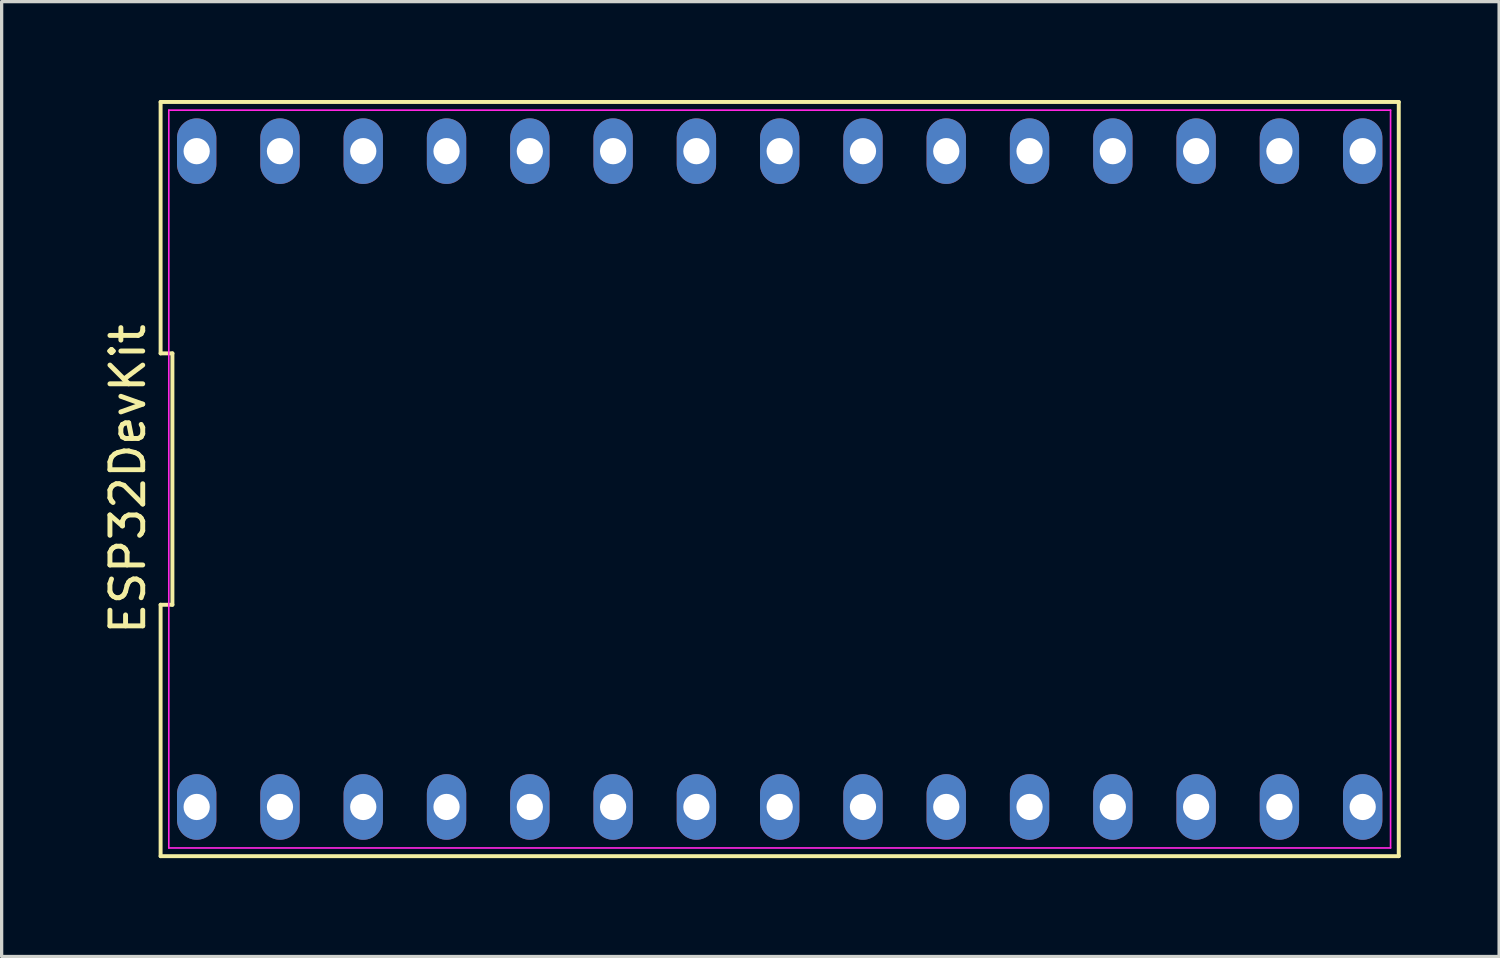
<source format=kicad_pcb>
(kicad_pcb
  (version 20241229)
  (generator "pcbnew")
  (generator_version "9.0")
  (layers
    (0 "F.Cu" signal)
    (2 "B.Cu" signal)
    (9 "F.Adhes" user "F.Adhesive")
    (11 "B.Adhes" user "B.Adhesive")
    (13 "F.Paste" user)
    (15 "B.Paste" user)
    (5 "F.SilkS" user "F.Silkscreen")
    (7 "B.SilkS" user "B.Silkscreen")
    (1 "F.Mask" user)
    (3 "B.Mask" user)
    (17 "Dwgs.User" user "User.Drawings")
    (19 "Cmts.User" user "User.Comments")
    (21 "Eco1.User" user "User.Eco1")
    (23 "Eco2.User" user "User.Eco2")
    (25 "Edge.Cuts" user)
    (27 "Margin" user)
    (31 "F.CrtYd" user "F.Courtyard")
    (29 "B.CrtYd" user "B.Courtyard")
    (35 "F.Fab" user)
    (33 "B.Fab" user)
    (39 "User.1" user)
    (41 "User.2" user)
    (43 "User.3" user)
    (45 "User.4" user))
  (footprint "ESP32DevKit"
    (layer "F.Cu")
    (at 20.728 11.56)
    (property "Reference" "ESP32DevKit" (at -19.88 0 90) (layer "F.SilkS") (effects (font (size 1 1) (thickness 0.15))))
    (attr through_hole)
    (fp_line (start -18.88 -11.5) (end -18.88 -3.833) (stroke (width 0.12) (type solid)) (layer "F.SilkS"))
    (fp_line (start -18.88 -3.833) (end -18.52 -3.833) (stroke (width 0.12) (type solid)) (layer "F.SilkS"))
    (fp_line (start -18.88 3.833) (end -18.88 11.5) (stroke (width 0.12) (type solid)) (layer "F.SilkS"))
    (fp_line (start -18.88 11.5) (end 18.88 11.5) (stroke (width 0.12) (type solid)) (layer "F.SilkS"))
    (fp_line (start -18.52 -3.833) (end -18.52 3.833) (stroke (width 0.12) (type solid)) (layer "F.SilkS"))
    (fp_line (start -18.52 3.833) (end -18.88 3.833) (stroke (width 0.12) (type solid)) (layer "F.SilkS"))
    (fp_line (start 18.88 -11.5) (end -18.88 -11.5) (stroke (width 0.12) (type solid)) (layer "F.SilkS"))
    (fp_line (start 18.88 11.5) (end 18.88 -11.5) (stroke (width 0.12) (type solid)) (layer "F.SilkS"))
    (fp_line (start -18.63 -11.25) (end 18.63 -11.25) (stroke (width 0.05) (type solid)) (layer "F.CrtYd"))
    (fp_line (start -18.63 11.25) (end -18.63 -11.25) (stroke (width 0.05) (type solid)) (layer "F.CrtYd"))
    (fp_line (start 18.63 -11.25) (end 18.63 11.25) (stroke (width 0.05) (type solid)) (layer "F.CrtYd"))
    (fp_line (start 18.63 11.25) (end -18.63 11.25) (stroke (width 0.05) (type solid)) (layer "F.CrtYd"))
    (pad "1" thru_hole oval (at -15.24 -10) (size 1.2 2) (drill 0.8) (layers "*.Cu" "*.Mask"))
    (pad "2" thru_hole oval (at -17.78 -10) (size 1.2 2) (drill 0.8) (layers "*.Cu" "*.Mask"))
    (pad "2" thru_hole oval (at -17.78 10) (size 1.2 2) (drill 0.8) (layers "*.Cu" "*.Mask"))
    (pad "6" thru_hole oval (at -5.08 10) (size 1.2 2) (drill 0.8) (layers "*.Cu" "*.Mask"))
    (pad "7" thru_hole oval (at -2.54 10) (size 1.2 2) (drill 0.8) (layers "*.Cu" "*.Mask"))
    (pad "8" thru_hole oval (at 0 10) (size 1.2 2) (drill 0.8) (layers "*.Cu" "*.Mask"))
    (pad "9" thru_hole oval (at 2.54 10) (size 1.2 2) (drill 0.8) (layers "*.Cu" "*.Mask"))
    (pad "10" thru_hole oval (at 5.08 10) (size 1.2 2) (drill 0.8) (layers "*.Cu" "*.Mask"))
    (pad "11" thru_hole oval (at 7.62 10) (size 1.2 2) (drill 0.8) (layers "*.Cu" "*.Mask"))
    (pad "12" thru_hole oval (at -10.16 -10) (size 1.2 2) (drill 0.8) (layers "*.Cu" "*.Mask"))
    (pad "12" thru_hole oval (at 10.16 10) (size 1.2 2) (drill 0.8) (layers "*.Cu" "*.Mask"))
    (pad "13" thru_hole oval (at -12.7 -10) (size 1.2 2) (drill 0.8) (layers "*.Cu" "*.Mask"))
    (pad "13" thru_hole oval (at 12.7 10) (size 1.2 2) (drill 0.8) (layers "*.Cu" "*.Mask"))
    (pad "14" thru_hole oval (at -7.62 -10) (size 1.2 2) (drill 0.8) (layers "*.Cu" "*.Mask"))
    (pad "15" thru_hole oval (at 17.78 10) (size 1.2 2) (drill 0.8) (layers "*.Cu" "*.Mask"))
    (pad "23" thru_hole oval (at -12.7 10) (size 1.2 2) (drill 0.8) (layers "*.Cu" "*.Mask"))
    (pad "24" thru_hole oval (at -10.16 10) (size 1.2 2) (drill 0.8) (layers "*.Cu" "*.Mask"))
    (pad "25" thru_hole oval (at 0 -10) (size 1.2 2) (drill 0.8) (layers "*.Cu" "*.Mask"))
    (pad "26" thru_hole oval (at -7.62 10) (size 1.2 2) (drill 0.8) (layers "*.Cu" "*.Mask"))
    (pad "26" thru_hole oval (at -2.54 -10) (size 1.2 2) (drill 0.8) (layers "*.Cu" "*.Mask"))
    (pad "27" thru_hole oval (at -5.08 -10) (size 1.2 2) (drill 0.8) (layers "*.Cu" "*.Mask"))
    (pad "34" thru_hole oval (at 10.16 -10) (size 1.2 2) (drill 0.8) (layers "*.Cu" "*.Mask"))
    (pad "35" thru_hole oval (at 7.62 -10) (size 1.2 2) (drill 0.8) (layers "*.Cu" "*.Mask"))
    (pad "36" thru_hole oval (at 15.24 -10) (size 1.2 2) (drill 0.8) (layers "*.Cu" "*.Mask"))
    (pad "39" thru_hole oval (at 12.7 -10) (size 1.2 2) (drill 0.8) (layers "*.Cu" "*.Mask"))
    (pad "EN" thru_hole oval (at 17.78 -10) (size 1.2 2) (drill 0.8) (layers "*.Cu" "*.Mask"))
    (pad "IO33" thru_hole oval (at 2.54 -10) (size 1.2 2) (drill 0.8) (layers "*.Cu" "*.Mask"))
    (pad "Pad1" thru_hole oval (at -15.24 10) (size 1.2 2) (drill 0.8) (layers "*.Cu" "*.Mask"))
    (pad "Pad32" thru_hole oval (at 5.08 -10) (size 1.2 2) (drill 0.8) (layers "*.Cu" "*.Mask"))
    (pad "U3-Pad14" thru_hole oval (at 15.24 10) (size 1.2 2) (drill 0.8) (layers "*.Cu" "*.Mask")))
  (gr_rect
    (start -3 -3)
    (end 42.668 26.12)
    (stroke (width 0.1) (type default))
    (fill no)
    (layer "Edge.Cuts")))
</source>
